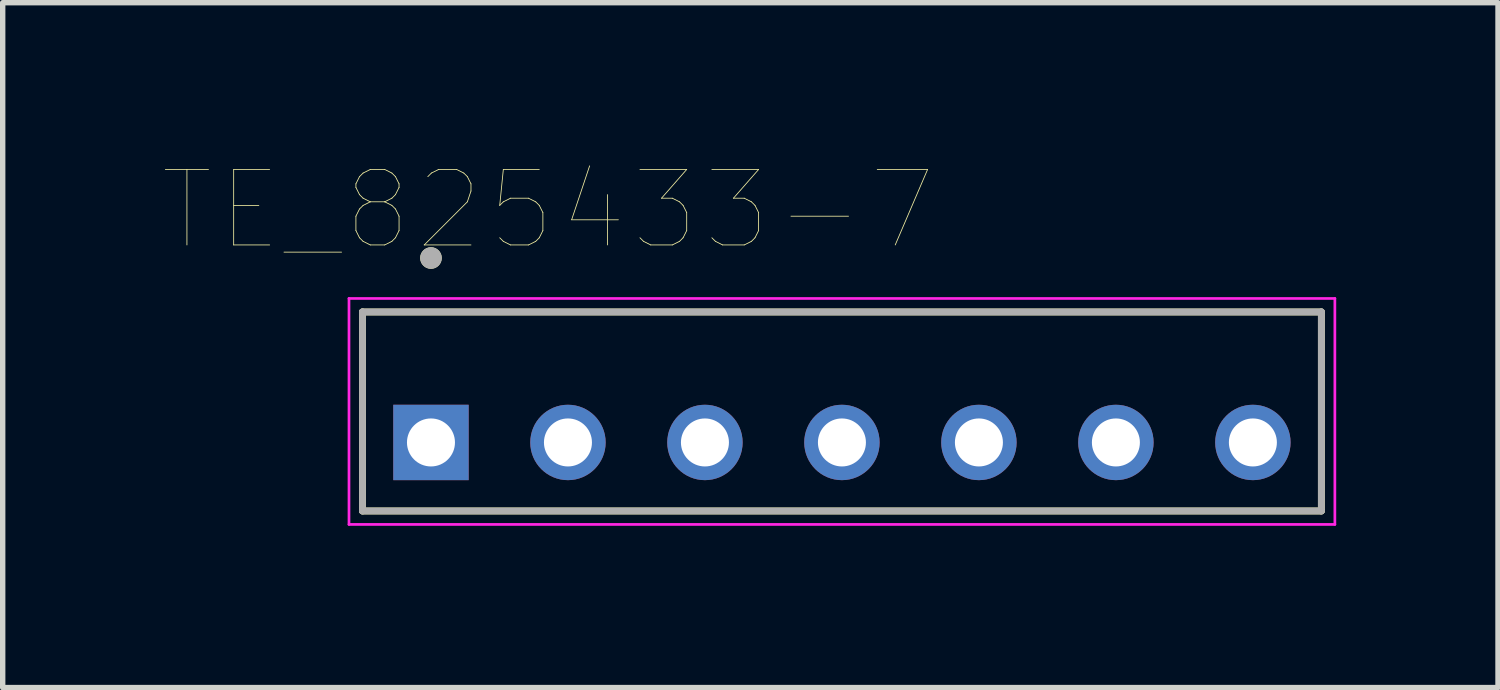
<source format=kicad_pcb>
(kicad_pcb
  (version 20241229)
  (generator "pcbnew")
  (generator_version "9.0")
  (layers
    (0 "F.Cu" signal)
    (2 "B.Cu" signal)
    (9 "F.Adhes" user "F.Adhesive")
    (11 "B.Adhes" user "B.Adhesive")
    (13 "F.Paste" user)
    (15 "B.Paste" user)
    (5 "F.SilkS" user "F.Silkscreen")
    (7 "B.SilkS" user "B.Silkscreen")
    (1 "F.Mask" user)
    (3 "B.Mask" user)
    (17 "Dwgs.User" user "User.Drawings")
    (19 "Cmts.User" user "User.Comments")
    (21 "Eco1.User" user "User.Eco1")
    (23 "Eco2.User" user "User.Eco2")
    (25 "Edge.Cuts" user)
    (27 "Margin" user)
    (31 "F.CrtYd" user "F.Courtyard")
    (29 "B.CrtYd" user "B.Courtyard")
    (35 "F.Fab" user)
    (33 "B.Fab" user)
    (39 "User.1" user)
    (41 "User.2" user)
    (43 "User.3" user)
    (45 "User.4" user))
  (footprint "TE_825433-7"
    (layer "F.Cu")
    (at 12.561 5.154)
    (property "Reference" "TE_825433-7" (at -5.445 -4.309 0) (layer "F.SilkS") (effects (font (size 1.4 1.4) (thickness 0.015))))
    (attr through_hole)
    (fp_line (start -8.89 -2.42) (end 8.89 -2.42) (stroke (width 0.127) (type solid)) (layer "F.SilkS"))
    (fp_line (start -8.89 1.27) (end -8.89 -2.42) (stroke (width 0.127) (type solid)) (layer "F.SilkS"))
    (fp_line (start 8.89 -2.42) (end 8.89 1.27) (stroke (width 0.127) (type solid)) (layer "F.SilkS"))
    (fp_line (start 8.89 1.27) (end -8.89 1.27) (stroke (width 0.127) (type solid)) (layer "F.SilkS"))
    (fp_circle (center -7.62 -3.42) (end -7.52 -3.42) (stroke (width 0.2) (type solid)) (fill no) (layer "F.SilkS"))
    (fp_line (start -9.14 -2.67) (end 9.14 -2.67) (stroke (width 0.05) (type solid)) (layer "F.CrtYd"))
    (fp_line (start -9.14 1.52) (end -9.14 -2.67) (stroke (width 0.05) (type solid)) (layer "F.CrtYd"))
    (fp_line (start 9.14 -2.67) (end 9.14 1.52) (stroke (width 0.05) (type solid)) (layer "F.CrtYd"))
    (fp_line (start 9.14 1.52) (end -9.14 1.52) (stroke (width 0.05) (type solid)) (layer "F.CrtYd"))
    (fp_line (start -8.89 -2.42) (end 8.89 -2.42) (stroke (width 0.127) (type solid)) (layer "F.Fab"))
    (fp_line (start -8.89 1.27) (end -8.89 -2.42) (stroke (width 0.127) (type solid)) (layer "F.Fab"))
    (fp_line (start 8.89 -2.42) (end 8.89 1.27) (stroke (width 0.127) (type solid)) (layer "F.Fab"))
    (fp_line (start 8.89 1.27) (end -8.89 1.27) (stroke (width 0.127) (type solid)) (layer "F.Fab"))
    (fp_circle (center -7.62 -3.42) (end -7.52 -3.42) (stroke (width 0.2) (type solid)) (fill no) (layer "F.Fab"))
    (pad "1" thru_hole rect (at -7.62 0) (size 1.398 1.398) (drill 0.89) (layers "*.Cu" "*.Mask"))
    (pad "2" thru_hole circle (at -5.08 0) (size 1.398 1.398) (drill 0.89) (layers "*.Cu" "*.Mask"))
    (pad "3" thru_hole circle (at -2.54 0) (size 1.398 1.398) (drill 0.89) (layers "*.Cu" "*.Mask"))
    (pad "4" thru_hole circle (at 0 0) (size 1.398 1.398) (drill 0.89) (layers "*.Cu" "*.Mask"))
    (pad "5" thru_hole circle (at 2.54 0) (size 1.398 1.398) (drill 0.89) (layers "*.Cu" "*.Mask"))
    (pad "6" thru_hole circle (at 5.08 0) (size 1.398 1.398) (drill 0.89) (layers "*.Cu" "*.Mask"))
    (pad "7" thru_hole circle (at 7.62 0) (size 1.398 1.398) (drill 0.89) (layers "*.Cu" "*.Mask")))
  (gr_rect
    (start -3 -3)
    (end 24.726 9.699)
    (stroke (width 0.1) (type default))
    (fill no)
    (layer "Edge.Cuts")))
</source>
